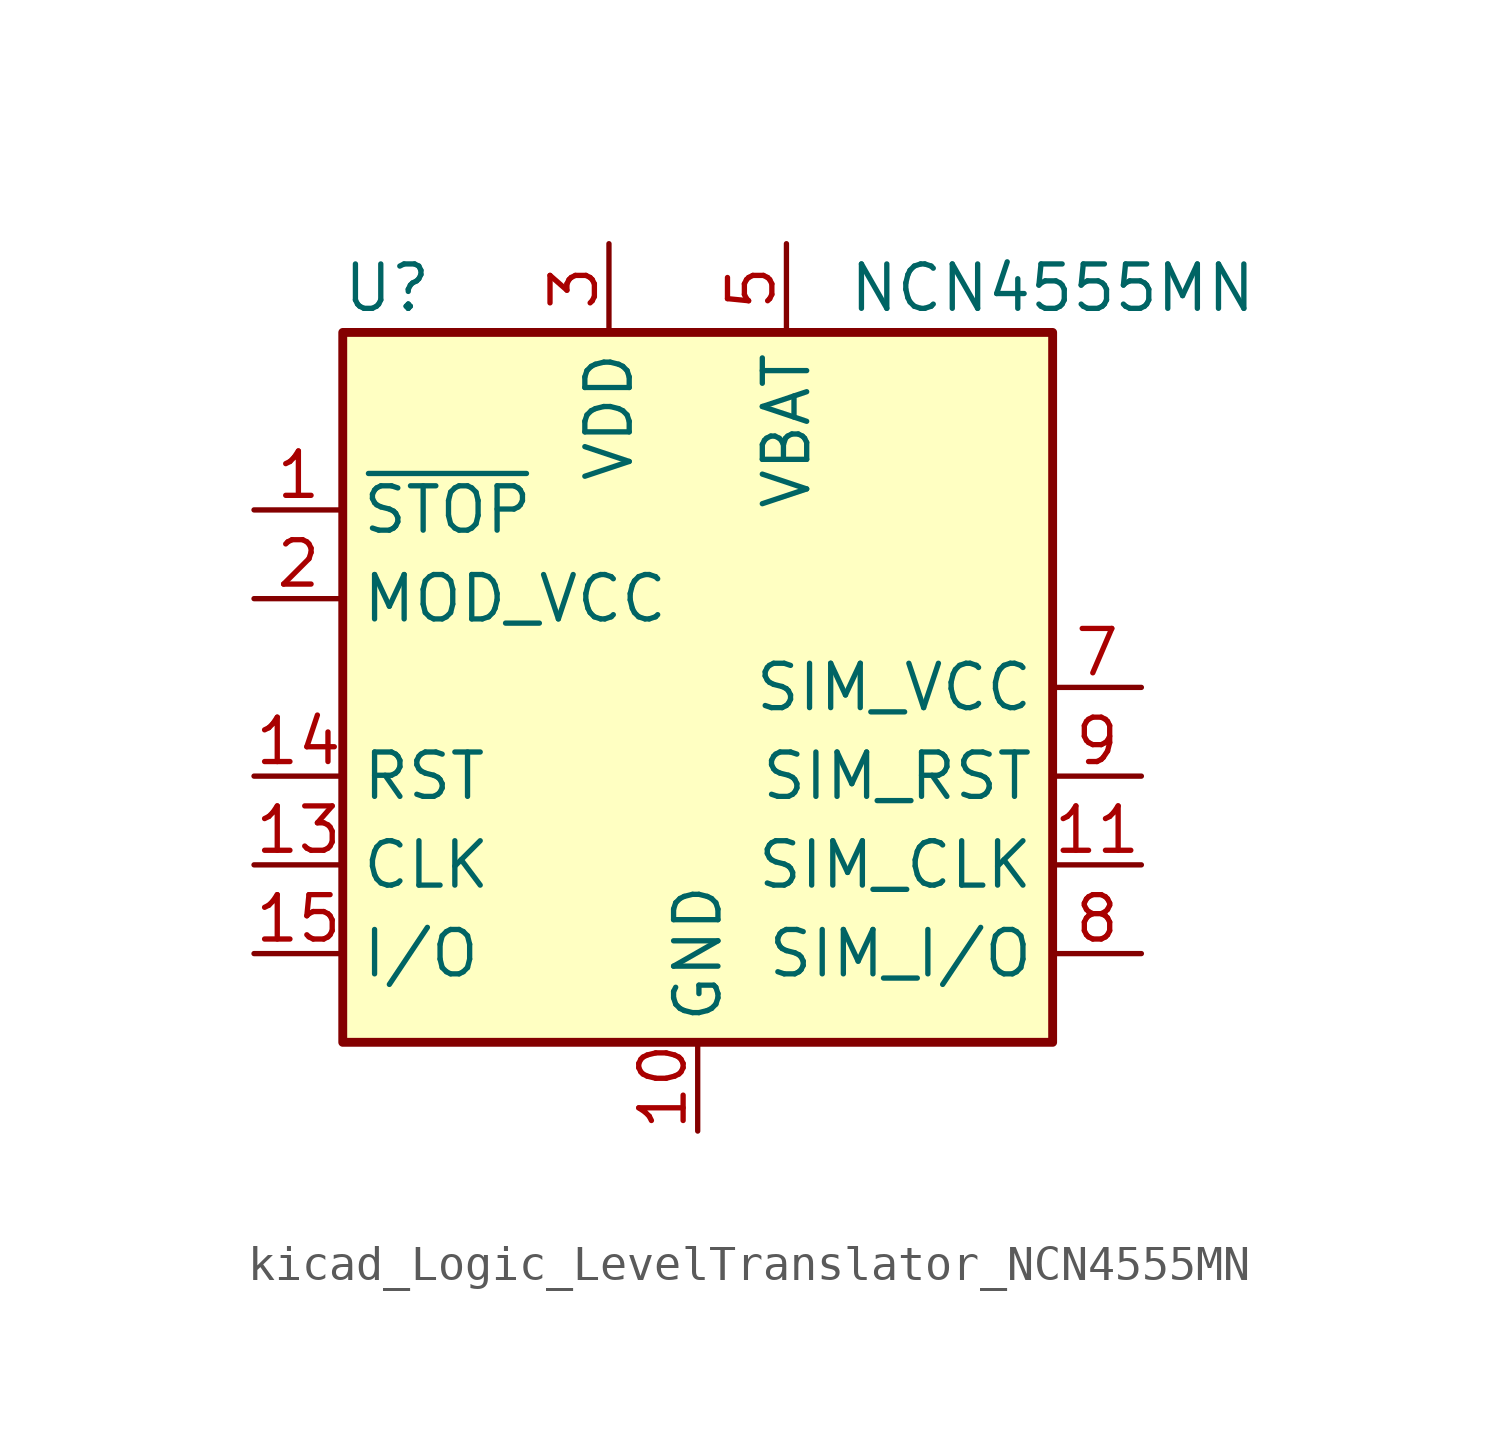
<source format=kicad_sym>
(kicad_symbol_lib
  (version 20220914)
  (generator kicad_symbol_editor)
  (symbol "kicad_Logic_LevelTranslator_NCN4555MN"
    (property "Reference" "U"
      (at -8.89 11.43 0)
      (effects (font (size 1.27 1.27))))
    (property "Value" "NCN4555MN"
      (at 10.16 11.43 0)
      (effects (font (size 1.27 1.27))))
    (symbol "kicad_Logic_LevelTranslator_NCN4555MN_0_1"
      (rectangle (start -10.16 10.16) (end 10.16 -10.16) (stroke (width 0.254) (type default)) (fill (type background))))
    (symbol "kicad_Logic_LevelTranslator_NCN4555MN_1_1"
      (pin input line (at -12.7 5.08 0) (length 2.54) (name "~{STOP}" (effects (font (size 1.27 1.27)))) (number "1" (effects (font (size 1.27 1.27)))))
      (pin power_in line (at 0 -12.7 90) (length 2.54) (name "GND" (effects (font (size 1.27 1.27)))) (number "10" (effects (font (size 1.27 1.27)))))
      (pin output line (at 12.7 -5.08 180) (length 2.54) (name "SIM_CLK" (effects (font (size 1.27 1.27)))) (number "11" (effects (font (size 1.27 1.27)))))
      (pin no_connect line (at 10.16 5.08 180) (length 2.54) hide (name "NC" (effects (font (size 1.27 1.27)))) (number "12" (effects (font (size 1.27 1.27)))))
      (pin input line (at -12.7 -5.08 0) (length 2.54) (name "CLK" (effects (font (size 1.27 1.27)))) (number "13" (effects (font (size 1.27 1.27)))))
      (pin input line (at -12.7 -2.54 0) (length 2.54) (name "RST" (effects (font (size 1.27 1.27)))) (number "14" (effects (font (size 1.27 1.27)))))
      (pin bidirectional line (at -12.7 -7.62 0) (length 2.54) (name "I/O" (effects (font (size 1.27 1.27)))) (number "15" (effects (font (size 1.27 1.27)))))
      (pin no_connect line (at 10.16 2.54 180) (length 2.54) hide (name "NC" (effects (font (size 1.27 1.27)))) (number "16" (effects (font (size 1.27 1.27)))))
      (pin passive line (at 0 -12.7 90) (length 2.54) hide (name "GND" (effects (font (size 1.27 1.27)))) (number "17" (effects (font (size 1.27 1.27)))))
      (pin input line (at -12.7 2.54 0) (length 2.54) (name "MOD_VCC" (effects (font (size 1.27 1.27)))) (number "2" (effects (font (size 1.27 1.27)))))
      (pin power_in line (at -2.54 12.7 270) (length 2.54) (name "VDD" (effects (font (size 1.27 1.27)))) (number "3" (effects (font (size 1.27 1.27)))))
      (pin no_connect line (at -10.16 7.62 0) (length 2.54) hide (name "NC" (effects (font (size 1.27 1.27)))) (number "4" (effects (font (size 1.27 1.27)))))
      (pin power_in line (at 2.54 12.7 270) (length 2.54) (name "VBAT" (effects (font (size 1.27 1.27)))) (number "5" (effects (font (size 1.27 1.27)))))
      (pin no_connect line (at 10.16 7.62 180) (length 2.54) hide (name "NC" (effects (font (size 1.27 1.27)))) (number "6" (effects (font (size 1.27 1.27)))))
      (pin power_out line (at 12.7 0 180) (length 2.54) (name "SIM_VCC" (effects (font (size 1.27 1.27)))) (number "7" (effects (font (size 1.27 1.27)))))
      (pin bidirectional line (at 12.7 -7.62 180) (length 2.54) (name "SIM_I/O" (effects (font (size 1.27 1.27)))) (number "8" (effects (font (size 1.27 1.27)))))
      (pin output line (at 12.7 -2.54 180) (length 2.54) (name "SIM_RST" (effects (font (size 1.27 1.27)))) (number "9" (effects (font (size 1.27 1.27))))))))
</source>
